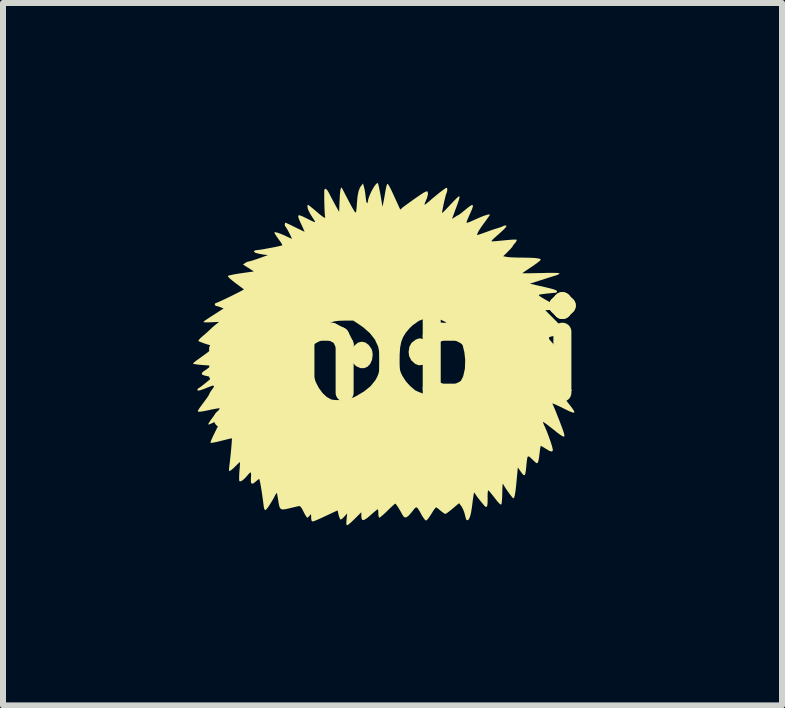
<source format=kicad_pcb>
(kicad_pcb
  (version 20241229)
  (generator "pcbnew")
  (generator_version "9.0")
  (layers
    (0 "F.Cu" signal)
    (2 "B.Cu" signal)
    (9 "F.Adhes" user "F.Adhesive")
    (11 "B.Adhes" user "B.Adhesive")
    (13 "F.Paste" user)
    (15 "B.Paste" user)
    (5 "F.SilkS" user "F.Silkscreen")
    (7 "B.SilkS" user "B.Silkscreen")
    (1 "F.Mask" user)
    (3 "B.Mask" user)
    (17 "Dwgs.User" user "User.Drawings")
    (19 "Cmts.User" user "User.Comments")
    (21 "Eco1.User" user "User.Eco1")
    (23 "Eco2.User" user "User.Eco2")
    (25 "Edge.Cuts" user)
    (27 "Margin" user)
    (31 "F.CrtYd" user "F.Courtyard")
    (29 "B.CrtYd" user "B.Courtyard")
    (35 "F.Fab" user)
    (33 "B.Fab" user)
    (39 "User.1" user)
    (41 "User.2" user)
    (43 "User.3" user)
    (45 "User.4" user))
  (footprint "ghibli"
    (layer "F.Cu")
    (at 3.491 2.804)
    (property "Reference" "ghibli" (at 0 0 0) (layer "F.SilkS") (effects (font (size 1.524 1.524) (thickness 0.3))))
    (attr board_only exclude_from_pos_files exclude_from_bom)
    (fp_poly (pts (xy 0.504 -0.205) (xy 0.571 -0.162) (xy 0.616 -0.102) (xy 0.639 -0.031) (xy 0.638 0.045) (xy 0.614 0.118) (xy 0.564 0.183) (xy 0.559 0.188) (xy 0.499 0.226) (xy 0.44 0.234) (xy 0.38 0.211) (xy 0.373 0.206) (xy 0.311 0.149) (xy 0.276 0.078) (xy 0.268 0.01) (xy 0.281 -0.076) (xy 0.319 -0.143) (xy 0.382 -0.191) (xy 0.393 -0.197) (xy 0.438 -0.214) (xy 0.471 -0.215)) (stroke (width 0) (type solid)) (fill yes) (layer "F.SilkS"))
    (fp_poly (pts (xy -0.453 -0.147) (xy -0.397 -0.106) (xy -0.35 -0.039) (xy -0.349 -0.036) (xy -0.337 0.002) (xy -0.331 0.052) (xy -0.331 0.06) (xy -0.342 0.144) (xy -0.372 0.21) (xy -0.417 0.257) (xy -0.473 0.281) (xy -0.534 0.281) (xy -0.597 0.253) (xy -0.624 0.232) (xy -0.663 0.189) (xy -0.683 0.143) (xy -0.689 0.107) (xy -0.692 0.031) (xy -0.678 -0.029) (xy -0.644 -0.084) (xy -0.628 -0.102) (xy -0.573 -0.146) (xy -0.513 -0.16)) (stroke (width 0) (type solid)) (fill yes) (layer "F.SilkS"))
    (fp_poly (pts (xy -0.244 -2.802) (xy -0.238 -2.783) (xy -0.227 -2.741) (xy -0.215 -2.682) (xy -0.202 -2.615) (xy -0.19 -2.547) (xy -0.18 -2.485) (xy -0.173 -2.438) (xy -0.172 -2.419) (xy -0.169 -2.414) (xy -0.162 -2.436) (xy -0.152 -2.481) (xy -0.14 -2.545) (xy -0.124 -2.637) (xy -0.112 -2.703) (xy -0.103 -2.747) (xy -0.096 -2.773) (xy -0.089 -2.785) (xy -0.082 -2.789) (xy -0.081 -2.789) (xy -0.069 -2.776) (xy -0.048 -2.74) (xy -0.022 -2.689) (xy -0.011 -2.667) (xy 0.022 -2.595) (xy 0.056 -2.52) (xy 0.085 -2.458) (xy 0.087 -2.453) (xy 0.129 -2.361) (xy 0.163 -2.392) (xy 0.188 -2.412) (xy 0.233 -2.445) (xy 0.293 -2.488) (xy 0.361 -2.537) (xy 0.384 -2.553) (xy 0.46 -2.605) (xy 0.515 -2.641) (xy 0.552 -2.66) (xy 0.574 -2.666) (xy 0.584 -2.661) (xy 0.591 -2.621) (xy 0.576 -2.559) (xy 0.552 -2.501) (xy 0.537 -2.465) (xy 0.533 -2.444) (xy 0.535 -2.442) (xy 0.552 -2.452) (xy 0.583 -2.477) (xy 0.608 -2.497) (xy 0.666 -2.548) (xy 0.728 -2.599) (xy 0.787 -2.647) (xy 0.839 -2.686) (xy 0.878 -2.714) (xy 0.898 -2.726) (xy 0.899 -2.726) (xy 0.911 -2.713) (xy 0.913 -2.683) (xy 0.904 -2.647) (xy 0.899 -2.635) (xy 0.89 -2.61) (xy 0.878 -2.565) (xy 0.864 -2.508) (xy 0.85 -2.445) (xy 0.838 -2.386) (xy 0.829 -2.338) (xy 0.826 -2.309) (xy 0.826 -2.304) (xy 0.838 -2.313) (xy 0.867 -2.341) (xy 0.908 -2.384) (xy 0.958 -2.437) (xy 0.962 -2.442) (xy 1.014 -2.496) (xy 1.058 -2.541) (xy 1.091 -2.572) (xy 1.107 -2.584) (xy 1.108 -2.584) (xy 1.115 -2.579) (xy 1.115 -2.56) (xy 1.107 -2.525) (xy 1.088 -2.469) (xy 1.059 -2.389) (xy 1.049 -2.364) (xy 1.026 -2.3) (xy 1.007 -2.249) (xy 0.995 -2.217) (xy 0.993 -2.209) (xy 1.004 -2.214) (xy 1.031 -2.231) (xy 1.038 -2.236) (xy 1.072 -2.258) (xy 1.094 -2.269) (xy 1.096 -2.269) (xy 1.112 -2.279) (xy 1.146 -2.304) (xy 1.191 -2.341) (xy 1.209 -2.356) (xy 1.271 -2.406) (xy 1.313 -2.434) (xy 1.335 -2.438) (xy 1.34 -2.417) (xy 1.326 -2.372) (xy 1.295 -2.3) (xy 1.283 -2.274) (xy 1.258 -2.218) (xy 1.24 -2.173) (xy 1.232 -2.146) (xy 1.232 -2.142) (xy 1.247 -2.143) (xy 1.284 -2.155) (xy 1.337 -2.178) (xy 1.379 -2.197) (xy 1.455 -2.231) (xy 1.523 -2.258) (xy 1.577 -2.275) (xy 1.612 -2.281) (xy 1.623 -2.276) (xy 1.614 -2.26) (xy 1.59 -2.226) (xy 1.556 -2.178) (xy 1.532 -2.146) (xy 1.48 -2.074) (xy 1.441 -2.014) (xy 1.417 -1.969) (xy 1.409 -1.943) (xy 1.415 -1.938) (xy 1.434 -1.943) (xy 1.475 -1.957) (xy 1.531 -1.977) (xy 1.56 -1.987) (xy 1.629 -2.012) (xy 1.696 -2.035) (xy 1.749 -2.051) (xy 1.76 -2.055) (xy 1.803 -2.068) (xy 1.833 -2.081) (xy 1.838 -2.084) (xy 1.861 -2.094) (xy 1.879 -2.096) (xy 1.899 -2.094) (xy 1.898 -2.084) (xy 1.879 -2.058) (xy 1.854 -2.031) (xy 1.812 -1.991) (xy 1.761 -1.945) (xy 1.742 -1.929) (xy 1.696 -1.888) (xy 1.663 -1.856) (xy 1.648 -1.836) (xy 1.649 -1.832) (xy 1.669 -1.832) (xy 1.715 -1.835) (xy 1.778 -1.841) (xy 1.854 -1.848) (xy 1.86 -1.849) (xy 1.936 -1.856) (xy 2 -1.861) (xy 2.046 -1.862) (xy 2.069 -1.86) (xy 2.069 -1.859) (xy 2.068 -1.842) (xy 2.049 -1.812) (xy 2.042 -1.804) (xy 2.015 -1.773) (xy 2.002 -1.752) (xy 2.001 -1.75) (xy 1.991 -1.734) (xy 1.963 -1.703) (xy 1.925 -1.664) (xy 1.923 -1.661) (xy 1.844 -1.584) (xy 1.903 -1.573) (xy 1.941 -1.568) (xy 2.003 -1.565) (xy 2.079 -1.562) (xy 2.162 -1.561) (xy 2.169 -1.561) (xy 2.284 -1.559) (xy 2.369 -1.555) (xy 2.427 -1.548) (xy 2.46 -1.539) (xy 2.47 -1.526) (xy 2.469 -1.523) (xy 2.455 -1.508) (xy 2.419 -1.48) (xy 2.369 -1.443) (xy 2.317 -1.407) (xy 2.257 -1.367) (xy 2.208 -1.334) (xy 2.175 -1.311) (xy 2.163 -1.302) (xy 2.176 -1.301) (xy 2.216 -1.3) (xy 2.279 -1.3) (xy 2.359 -1.302) (xy 2.452 -1.304) (xy 2.476 -1.304) (xy 2.591 -1.307) (xy 2.677 -1.307) (xy 2.737 -1.306) (xy 2.771 -1.303) (xy 2.783 -1.297) (xy 2.783 -1.295) (xy 2.762 -1.28) (xy 2.723 -1.264) (xy 2.715 -1.262) (xy 2.677 -1.251) (xy 2.618 -1.232) (xy 2.545 -1.209) (xy 2.473 -1.186) (xy 2.289 -1.127) (xy 2.44 -1.092) (xy 2.546 -1.068) (xy 2.625 -1.049) (xy 2.68 -1.034) (xy 2.715 -1.021) (xy 2.735 -1.011) (xy 2.741 -1) (xy 2.742 -0.998) (xy 2.73 -0.978) (xy 2.722 -0.976) (xy 2.681 -0.973) (xy 2.621 -0.967) (xy 2.555 -0.96) (xy 2.494 -0.952) (xy 2.49 -0.952) (xy 2.459 -0.947) (xy 2.441 -0.942) (xy 2.438 -0.933) (xy 2.454 -0.918) (xy 2.489 -0.895) (xy 2.547 -0.861) (xy 2.625 -0.817) (xy 2.685 -0.781) (xy 2.734 -0.749) (xy 2.765 -0.725) (xy 2.773 -0.714) (xy 2.758 -0.702) (xy 2.714 -0.694) (xy 2.659 -0.69) (xy 2.545 -0.685) (xy 2.73 -0.499) (xy 2.792 -0.436) (xy 2.845 -0.379) (xy 2.885 -0.332) (xy 2.91 -0.301) (xy 2.915 -0.29) (xy 2.905 -0.276) (xy 2.872 -0.269) (xy 2.832 -0.267) (xy 2.754 -0.263) (xy 2.687 -0.255) (xy 2.636 -0.245) (xy 2.608 -0.232) (xy 2.605 -0.228) (xy 2.61 -0.205) (xy 2.628 -0.18) (xy 2.66 -0.144) (xy 2.704 -0.093) (xy 2.755 -0.033) (xy 2.807 0.03) (xy 2.857 0.09) (xy 2.899 0.141) (xy 2.927 0.177) (xy 2.936 0.189) (xy 2.96 0.232) (xy 2.96 0.257) (xy 2.933 0.265) (xy 2.895 0.261) (xy 2.836 0.247) (xy 2.775 0.225) (xy 2.764 0.22) (xy 2.713 0.197) (xy 2.688 0.191) (xy 2.687 0.201) (xy 2.705 0.225) (xy 2.734 0.26) (xy 2.771 0.311) (xy 2.813 0.371) (xy 2.857 0.437) (xy 2.899 0.502) (xy 2.936 0.562) (xy 2.965 0.612) (xy 2.983 0.647) (xy 2.986 0.662) (xy 2.986 0.662) (xy 2.958 0.657) (xy 2.914 0.645) (xy 2.888 0.637) (xy 2.814 0.613) (xy 2.767 0.599) (xy 2.745 0.597) (xy 2.744 0.609) (xy 2.761 0.637) (xy 2.794 0.683) (xy 2.801 0.693) (xy 2.845 0.754) (xy 2.891 0.815) (xy 2.928 0.863) (xy 2.932 0.868) (xy 2.969 0.915) (xy 3.003 0.961) (xy 3.015 0.979) (xy 3.03 1.008) (xy 3.027 1.022) (xy 3.004 1.021) (xy 2.959 1.004) (xy 2.889 0.971) (xy 2.871 0.962) (xy 2.809 0.931) (xy 2.753 0.905) (xy 2.713 0.887) (xy 2.705 0.883) (xy 2.663 0.867) (xy 2.688 0.926) (xy 2.714 0.987) (xy 2.746 1.068) (xy 2.781 1.156) (xy 2.814 1.243) (xy 2.838 1.308) (xy 2.857 1.367) (xy 2.865 1.405) (xy 2.859 1.422) (xy 2.838 1.418) (xy 2.798 1.394) (xy 2.737 1.349) (xy 2.687 1.308) (xy 2.624 1.259) (xy 2.571 1.218) (xy 2.531 1.189) (xy 2.51 1.176) (xy 2.507 1.175) (xy 2.51 1.191) (xy 2.524 1.227) (xy 2.542 1.266) (xy 2.569 1.33) (xy 2.6 1.411) (xy 2.63 1.495) (xy 2.655 1.572) (xy 2.669 1.627) (xy 2.67 1.66) (xy 2.65 1.67) (xy 2.609 1.657) (xy 2.553 1.623) (xy 2.511 1.597) (xy 2.481 1.58) (xy 2.472 1.576) (xy 2.466 1.59) (xy 2.459 1.628) (xy 2.452 1.683) (xy 2.45 1.698) (xy 2.443 1.76) (xy 2.434 1.813) (xy 2.425 1.847) (xy 2.423 1.849) (xy 2.413 1.863) (xy 2.399 1.863) (xy 2.376 1.846) (xy 2.337 1.809) (xy 2.333 1.805) (xy 2.297 1.771) (xy 2.273 1.752) (xy 2.257 1.752) (xy 2.246 1.773) (xy 2.239 1.819) (xy 2.231 1.892) (xy 2.229 1.922) (xy 2.22 1.999) (xy 2.211 2.046) (xy 2.199 2.066) (xy 2.182 2.061) (xy 2.157 2.033) (xy 2.141 2.011) (xy 2.088 1.935) (xy 2.069 2.138) (xy 2.058 2.251) (xy 2.048 2.336) (xy 2.038 2.396) (xy 2.028 2.433) (xy 2.017 2.45) (xy 2.016 2.451) (xy 2.003 2.442) (xy 1.979 2.413) (xy 1.946 2.37) (xy 1.911 2.321) (xy 1.878 2.272) (xy 1.852 2.229) (xy 1.841 2.207) (xy 1.836 2.211) (xy 1.833 2.242) (xy 1.83 2.294) (xy 1.829 2.356) (xy 1.827 2.428) (xy 1.823 2.49) (xy 1.818 2.533) (xy 1.814 2.55) (xy 1.802 2.553) (xy 1.779 2.536) (xy 1.744 2.497) (xy 1.703 2.444) (xy 1.661 2.391) (xy 1.626 2.348) (xy 1.602 2.322) (xy 1.594 2.316) (xy 1.589 2.331) (xy 1.585 2.37) (xy 1.584 2.425) (xy 1.585 2.45) (xy 1.584 2.527) (xy 1.578 2.574) (xy 1.566 2.594) (xy 1.547 2.589) (xy 1.531 2.574) (xy 1.494 2.53) (xy 1.452 2.478) (xy 1.413 2.428) (xy 1.385 2.387) (xy 1.375 2.372) (xy 1.368 2.36) (xy 1.363 2.354) (xy 1.358 2.359) (xy 1.353 2.379) (xy 1.347 2.418) (xy 1.338 2.479) (xy 1.327 2.567) (xy 1.324 2.592) (xy 1.308 2.691) (xy 1.29 2.76) (xy 1.27 2.801) (xy 1.25 2.816) (xy 1.232 2.809) (xy 1.224 2.794) (xy 1.216 2.762) (xy 1.203 2.714) (xy 1.198 2.693) (xy 1.178 2.638) (xy 1.152 2.588) (xy 1.143 2.576) (xy 1.108 2.531) (xy 1.002 2.621) (xy 0.953 2.661) (xy 0.912 2.692) (xy 0.885 2.708) (xy 0.88 2.71) (xy 0.86 2.701) (xy 0.825 2.676) (xy 0.799 2.655) (xy 0.762 2.624) (xy 0.735 2.604) (xy 0.726 2.6) (xy 0.713 2.612) (xy 0.69 2.642) (xy 0.681 2.655) (xy 0.648 2.708) (xy 0.613 2.761) (xy 0.611 2.765) (xy 0.584 2.8) (xy 0.562 2.819) (xy 0.557 2.82) (xy 0.54 2.808) (xy 0.514 2.774) (xy 0.487 2.73) (xy 0.449 2.662) (xy 0.423 2.62) (xy 0.403 2.601) (xy 0.384 2.604) (xy 0.361 2.627) (xy 0.329 2.668) (xy 0.322 2.677) (xy 0.273 2.734) (xy 0.235 2.765) (xy 0.205 2.769) (xy 0.179 2.747) (xy 0.164 2.722) (xy 0.136 2.671) (xy 0.106 2.62) (xy 0.078 2.576) (xy 0.055 2.546) (xy 0.046 2.537) (xy 0.031 2.548) (xy -0.000235 2.576) (xy -0.044 2.617) (xy -0.083 2.655) (xy -0.134 2.704) (xy -0.177 2.742) (xy -0.208 2.767) (xy -0.219 2.773) (xy -0.23 2.759) (xy -0.236 2.722) (xy -0.236 2.702) (xy -0.238 2.66) (xy -0.243 2.635) (xy -0.246 2.631) (xy -0.261 2.641) (xy -0.293 2.667) (xy -0.338 2.705) (xy -0.363 2.728) (xy -0.425 2.78) (xy -0.47 2.808) (xy -0.498 2.813) (xy -0.514 2.794) (xy -0.52 2.752) (xy -0.52 2.744) (xy -0.52 2.682) (xy -0.629 2.791) (xy -0.677 2.837) (xy -0.719 2.874) (xy -0.748 2.895) (xy -0.757 2.899) (xy -0.767 2.89) (xy -0.77 2.86) (xy -0.766 2.804) (xy -0.766 2.801) (xy -0.756 2.702) (xy -0.803 2.754) (xy -0.835 2.785) (xy -0.859 2.803) (xy -0.865 2.805) (xy -0.876 2.791) (xy -0.89 2.755) (xy -0.898 2.728) (xy -0.916 2.651) (xy -1.112 2.743) (xy -1.185 2.777) (xy -1.25 2.806) (xy -1.299 2.826) (xy -1.328 2.836) (xy -1.331 2.836) (xy -1.348 2.826) (xy -1.355 2.793) (xy -1.356 2.769) (xy -1.357 2.728) (xy -1.361 2.715) (xy -1.372 2.725) (xy -1.381 2.738) (xy -1.404 2.764) (xy -1.42 2.773) (xy -1.433 2.76) (xy -1.455 2.726) (xy -1.481 2.677) (xy -1.483 2.673) (xy -1.513 2.615) (xy -1.537 2.585) (xy -1.557 2.578) (xy -1.558 2.578) (xy -1.584 2.584) (xy -1.633 2.596) (xy -1.694 2.61) (xy -1.717 2.616) (xy -1.786 2.631) (xy -1.833 2.636) (xy -1.863 2.626) (xy -1.882 2.597) (xy -1.895 2.546) (xy -1.907 2.471) (xy -1.917 2.409) (xy -1.924 2.374) (xy -1.931 2.362) (xy -1.939 2.369) (xy -1.95 2.389) (xy -1.985 2.455) (xy -2.023 2.519) (xy -2.059 2.576) (xy -2.091 2.62) (xy -2.113 2.644) (xy -2.12 2.647) (xy -2.135 2.633) (xy -2.145 2.594) (xy -2.147 2.58) (xy -2.157 2.499) (xy -2.169 2.413) (xy -2.181 2.329) (xy -2.194 2.253) (xy -2.205 2.191) (xy -2.215 2.147) (xy -2.221 2.128) (xy -2.222 2.127) (xy -2.24 2.137) (xy -2.269 2.161) (xy -2.275 2.167) (xy -2.317 2.2) (xy -2.345 2.207) (xy -2.359 2.186) (xy -2.361 2.137) (xy -2.359 2.111) (xy -2.357 2.062) (xy -2.359 2.027) (xy -2.365 2.017) (xy -2.382 2.028) (xy -2.409 2.057) (xy -2.422 2.073) (xy -2.464 2.12) (xy -2.504 2.153) (xy -2.536 2.168) (xy -2.552 2.164) (xy -2.556 2.144) (xy -2.556 2.099) (xy -2.554 2.039) (xy -2.551 2.002) (xy -2.546 1.937) (xy -2.543 1.885) (xy -2.542 1.854) (xy -2.543 1.848) (xy -2.556 1.855) (xy -2.583 1.88) (xy -2.609 1.907) (xy -2.649 1.946) (xy -2.685 1.977) (xy -2.701 1.988) (xy -2.716 1.995) (xy -2.724 1.989) (xy -2.725 1.965) (xy -2.72 1.917) (xy -2.718 1.904) (xy -2.705 1.791) (xy -2.694 1.687) (xy -2.686 1.597) (xy -2.68 1.525) (xy -2.677 1.475) (xy -2.677 1.451) (xy -2.678 1.449) (xy -2.696 1.453) (xy -2.738 1.463) (xy -2.797 1.477) (xy -2.855 1.492) (xy -2.924 1.509) (xy -2.981 1.52) (xy -3.02 1.526) (xy -3.033 1.525) (xy -3.031 1.509) (xy -3.016 1.47) (xy -2.991 1.414) (xy -2.962 1.355) (xy -2.918 1.266) (xy -2.887 1.203) (xy -2.87 1.163) (xy -2.866 1.142) (xy -2.876 1.136) (xy -2.899 1.144) (xy -2.936 1.163) (xy -2.958 1.174) (xy -3.01 1.199) (xy -3.049 1.216) (xy -3.069 1.221) (xy -3.07 1.221) (xy -3.067 1.204) (xy -3.046 1.169) (xy -3.013 1.123) (xy -2.972 1.07) (xy -2.932 1.024) (xy -2.901 0.987) (xy -2.883 0.959) (xy -2.881 0.949) (xy -2.902 0.95) (xy -2.945 0.957) (xy -3.005 0.968) (xy -3.042 0.976) (xy -3.127 0.994) (xy -3.186 1.004) (xy -3.223 1.007) (xy -3.242 1.003) (xy -3.246 0.995) (xy -3.237 0.977) (xy -3.213 0.941) (xy -3.177 0.892) (xy -3.151 0.857) (xy -3.111 0.803) (xy -3.079 0.758) (xy -3.06 0.727) (xy -3.056 0.718) (xy -3.047 0.696) (xy -3.025 0.661) (xy -3.009 0.639) (xy -2.982 0.601) (xy -2.965 0.573) (xy -2.962 0.566) (xy -2.976 0.566) (xy -3.011 0.576) (xy -3.06 0.595) (xy -3.069 0.598) (xy -3.151 0.631) (xy -3.208 0.65) (xy -3.241 0.655) (xy -3.253 0.648) (xy -3.252 0.638) (xy -3.238 0.617) (xy -3.232 0.615) (xy -3.215 0.605) (xy -3.181 0.58) (xy -3.135 0.544) (xy -3.111 0.524) (xy -3.002 0.434) (xy -3.049 0.423) (xy -3.1 0.411) (xy -3.14 0.402) (xy -3.174 0.387) (xy -3.179 0.365) (xy -3.155 0.338) (xy -3.14 0.328) (xy -3.095 0.298) (xy -3.06 0.271) (xy -3.024 0.239) (xy -3.174 0.228) (xy -3.239 0.222) (xy -3.289 0.215) (xy -3.319 0.208) (xy -3.325 0.204) (xy -3.313 0.19) (xy -3.28 0.163) (xy -3.272 0.157) (xy -1.338 0.157) (xy -1.335 0.268) (xy -1.324 0.365) (xy -1.316 0.402) (xy -1.281 0.509) (xy -1.23 0.608) (xy -1.168 0.693) (xy -1.099 0.759) (xy -1.027 0.8) (xy -1.017 0.804) (xy -0.978 0.81) (xy -0.919 0.813) (xy -0.853 0.813) (xy -0.847 0.813) (xy -0.776 0.807) (xy -0.718 0.794) (xy -0.659 0.772) (xy -0.608 0.748) (xy -0.473 0.668) (xy -0.366 0.581) (xy -0.287 0.483) (xy -0.259 0.433) (xy -0.236 0.378) (xy -0.221 0.323) (xy -0.212 0.255) (xy -0.208 0.199) (xy -0.21 0.118) (xy 0.118 0.118) (xy 0.118 0.202) (xy 0.12 0.262) (xy 0.124 0.306) (xy 0.133 0.341) (xy 0.147 0.374) (xy 0.167 0.414) (xy 0.172 0.422) (xy 0.223 0.501) (xy 0.289 0.574) (xy 0.373 0.647) (xy 0.402 0.662) (xy 0.448 0.682) (xy 0.5 0.702) (xy 0.544 0.715) (xy 0.573 0.718) (xy 0.625 0.72) (xy 0.69 0.719) (xy 0.72 0.718) (xy 0.799 0.714) (xy 0.858 0.706) (xy 0.908 0.691) (xy 0.951 0.671) (xy 1.05 0.607) (xy 1.126 0.521) (xy 1.178 0.415) (xy 1.206 0.289) (xy 1.211 0.143) (xy 1.197 0.015) (xy 1.16 -0.136) (xy 1.098 -0.268) (xy 1.01 -0.383) (xy 0.978 -0.414) (xy 0.873 -0.494) (xy 0.764 -0.544) (xy 0.654 -0.562) (xy 0.544 -0.549) (xy 0.437 -0.506) (xy 0.333 -0.432) (xy 0.28 -0.38) (xy 0.219 -0.307) (xy 0.175 -0.235) (xy 0.145 -0.157) (xy 0.127 -0.065) (xy 0.119 0.046) (xy 0.118 0.118) (xy -0.21 0.118) (xy -0.212 0.052) (xy -0.24 -0.079) (xy -0.294 -0.196) (xy -0.376 -0.301) (xy -0.486 -0.398) (xy -0.541 -0.437) (xy -0.654 -0.512) (xy -0.811 -0.511) (xy -0.902 -0.508) (xy -0.97 -0.499) (xy -1.027 -0.48) (xy -1.082 -0.448) (xy -1.142 -0.402) (xy -1.198 -0.342) (xy -1.249 -0.262) (xy -1.292 -0.169) (xy -1.32 -0.075) (xy -1.324 -0.055) (xy -1.335 0.046) (xy -1.338 0.157) (xy -3.272 0.157) (xy -3.232 0.128) (xy -3.196 0.102) (xy -3.103 0.035) (xy -3.036 -0.017) (xy -2.995 -0.055) (xy -2.979 -0.08) (xy -2.987 -0.093) (xy -3.002 -0.095) (xy -3.031 -0.1) (xy -3.077 -0.112) (xy -3.13 -0.129) (xy -3.181 -0.148) (xy -3.22 -0.164) (xy -3.235 -0.172) (xy -3.23 -0.187) (xy -3.206 -0.215) (xy -3.173 -0.245) (xy -3.122 -0.288) (xy -3.073 -0.332) (xy -3.05 -0.354) (xy -3.004 -0.397) (xy -2.954 -0.44) (xy -2.946 -0.446) (xy -2.891 -0.49) (xy -3.021 -0.484) (xy -3.081 -0.482) (xy -3.126 -0.483) (xy -3.15 -0.486) (xy -3.151 -0.488) (xy -3.145 -0.496) (xy -3.126 -0.512) (xy -3.089 -0.537) (xy -3.033 -0.574) (xy -2.955 -0.624) (xy -2.885 -0.669) (xy -2.815 -0.713) (xy -2.867 -0.735) (xy -2.908 -0.749) (xy -2.939 -0.756) (xy -2.94 -0.756) (xy -2.96 -0.769) (xy -2.962 -0.78) (xy -2.953 -0.801) (xy -2.945 -0.804) (xy -2.926 -0.81) (xy -2.886 -0.827) (xy -2.83 -0.853) (xy -2.764 -0.884) (xy -2.694 -0.918) (xy -2.626 -0.952) (xy -2.564 -0.983) (xy -2.515 -1.009) (xy -2.484 -1.026) (xy -2.477 -1.032) (xy -2.491 -1.043) (xy -2.525 -1.069) (xy -2.573 -1.105) (xy -2.619 -1.138) (xy -2.673 -1.181) (xy -2.715 -1.217) (xy -2.74 -1.244) (xy -2.744 -1.255) (xy -2.726 -1.263) (xy -2.682 -1.273) (xy -2.619 -1.286) (xy -2.543 -1.298) (xy -2.522 -1.301) (xy -2.311 -1.331) (xy -2.401 -1.389) (xy -2.492 -1.446) (xy -2.456 -1.472) (xy -2.42 -1.491) (xy -2.395 -1.497) (xy -2.371 -1.502) (xy -2.325 -1.516) (xy -2.264 -1.536) (xy -2.224 -1.55) (xy -2.076 -1.603) (xy -2.157 -1.613) (xy -2.23 -1.626) (xy -2.282 -1.641) (xy -2.308 -1.658) (xy -2.308 -1.67) (xy -2.287 -1.682) (xy -2.256 -1.687) (xy -2.226 -1.69) (xy -2.175 -1.697) (xy -2.111 -1.709) (xy -2.04 -1.722) (xy -1.97 -1.735) (xy -1.909 -1.748) (xy -1.862 -1.759) (xy -1.837 -1.766) (xy -1.836 -1.767) (xy -1.841 -1.782) (xy -1.862 -1.816) (xy -1.893 -1.86) (xy -1.899 -1.868) (xy -1.933 -1.916) (xy -1.958 -1.955) (xy -1.969 -1.979) (xy -1.969 -1.98) (xy -1.956 -1.985) (xy -1.921 -1.978) (xy -1.87 -1.96) (xy -1.807 -1.934) (xy -1.748 -1.906) (xy -1.709 -1.887) (xy -1.683 -1.876) (xy -1.679 -1.875) (xy -1.681 -1.887) (xy -1.695 -1.919) (xy -1.716 -1.961) (xy -1.739 -2.006) (xy -1.762 -2.046) (xy -1.779 -2.072) (xy -1.784 -2.077) (xy -1.794 -2.095) (xy -1.796 -2.113) (xy -1.791 -2.138) (xy -1.784 -2.143) (xy -1.766 -2.136) (xy -1.726 -2.118) (xy -1.671 -2.091) (xy -1.619 -2.065) (xy -1.557 -2.035) (xy -1.507 -2.011) (xy -1.475 -1.996) (xy -1.465 -1.992) (xy -1.472 -2.008) (xy -1.488 -2.045) (xy -1.511 -2.096) (xy -1.521 -2.116) (xy -1.554 -2.19) (xy -1.571 -2.238) (xy -1.57 -2.263) (xy -1.549 -2.267) (xy -1.508 -2.252) (xy -1.443 -2.221) (xy -1.442 -2.22) (xy -1.37 -2.184) (xy -1.323 -2.162) (xy -1.297 -2.153) (xy -1.29 -2.159) (xy -1.299 -2.177) (xy -1.32 -2.209) (xy -1.321 -2.21) (xy -1.375 -2.296) (xy -1.408 -2.364) (xy -1.418 -2.41) (xy -1.415 -2.436) (xy -1.41 -2.442) (xy -1.395 -2.433) (xy -1.362 -2.407) (xy -1.315 -2.369) (xy -1.272 -2.332) (xy -1.207 -2.277) (xy -1.162 -2.243) (xy -1.135 -2.226) (xy -1.123 -2.227) (xy -1.123 -2.243) (xy -1.125 -2.249) (xy -1.128 -2.273) (xy -1.131 -2.321) (xy -1.134 -2.386) (xy -1.136 -2.459) (xy -1.138 -2.534) (xy -1.138 -2.602) (xy -1.138 -2.656) (xy -1.137 -2.683) (xy -1.128 -2.708) (xy -1.109 -2.706) (xy -1.084 -2.68) (xy -1.055 -2.631) (xy -1.054 -2.627) (xy -1.025 -2.571) (xy -0.989 -2.502) (xy -0.952 -2.435) (xy -0.952 -2.434) (xy -0.89 -2.324) (xy -0.882 -2.516) (xy -0.877 -2.614) (xy -0.87 -2.681) (xy -0.861 -2.719) (xy -0.851 -2.729) (xy -0.846 -2.725) (xy -0.837 -2.709) (xy -0.817 -2.671) (xy -0.79 -2.619) (xy -0.776 -2.592) (xy -0.722 -2.488) (xy -0.681 -2.411) (xy -0.65 -2.357) (xy -0.629 -2.325) (xy -0.615 -2.312) (xy -0.609 -2.317) (xy -0.604 -2.342) (xy -0.599 -2.391) (xy -0.594 -2.452) (xy -0.593 -2.474) (xy -0.583 -2.582) (xy -0.567 -2.664) (xy -0.544 -2.726) (xy -0.521 -2.76) (xy -0.492 -2.796) (xy -0.474 -2.733) (xy -0.463 -2.684) (xy -0.453 -2.618) (xy -0.447 -2.565) (xy -0.44 -2.513) (xy -0.432 -2.478) (xy -0.424 -2.467) (xy -0.423 -2.467) (xy -0.411 -2.489) (xy -0.41 -2.5) (xy -0.403 -2.54) (xy -0.385 -2.591) (xy -0.36 -2.648) (xy -0.331 -2.704) (xy -0.301 -2.753) (xy -0.273 -2.789) (xy -0.252 -2.804)) (stroke (width 0) (type solid)) (fill yes) (layer "F.SilkS")))
  (gr_rect
    (start -3 -3)
    (end 9.981 8.704)
    (stroke (width 0.1) (type default))
    (fill no)
    (layer "Edge.Cuts")))
</source>
